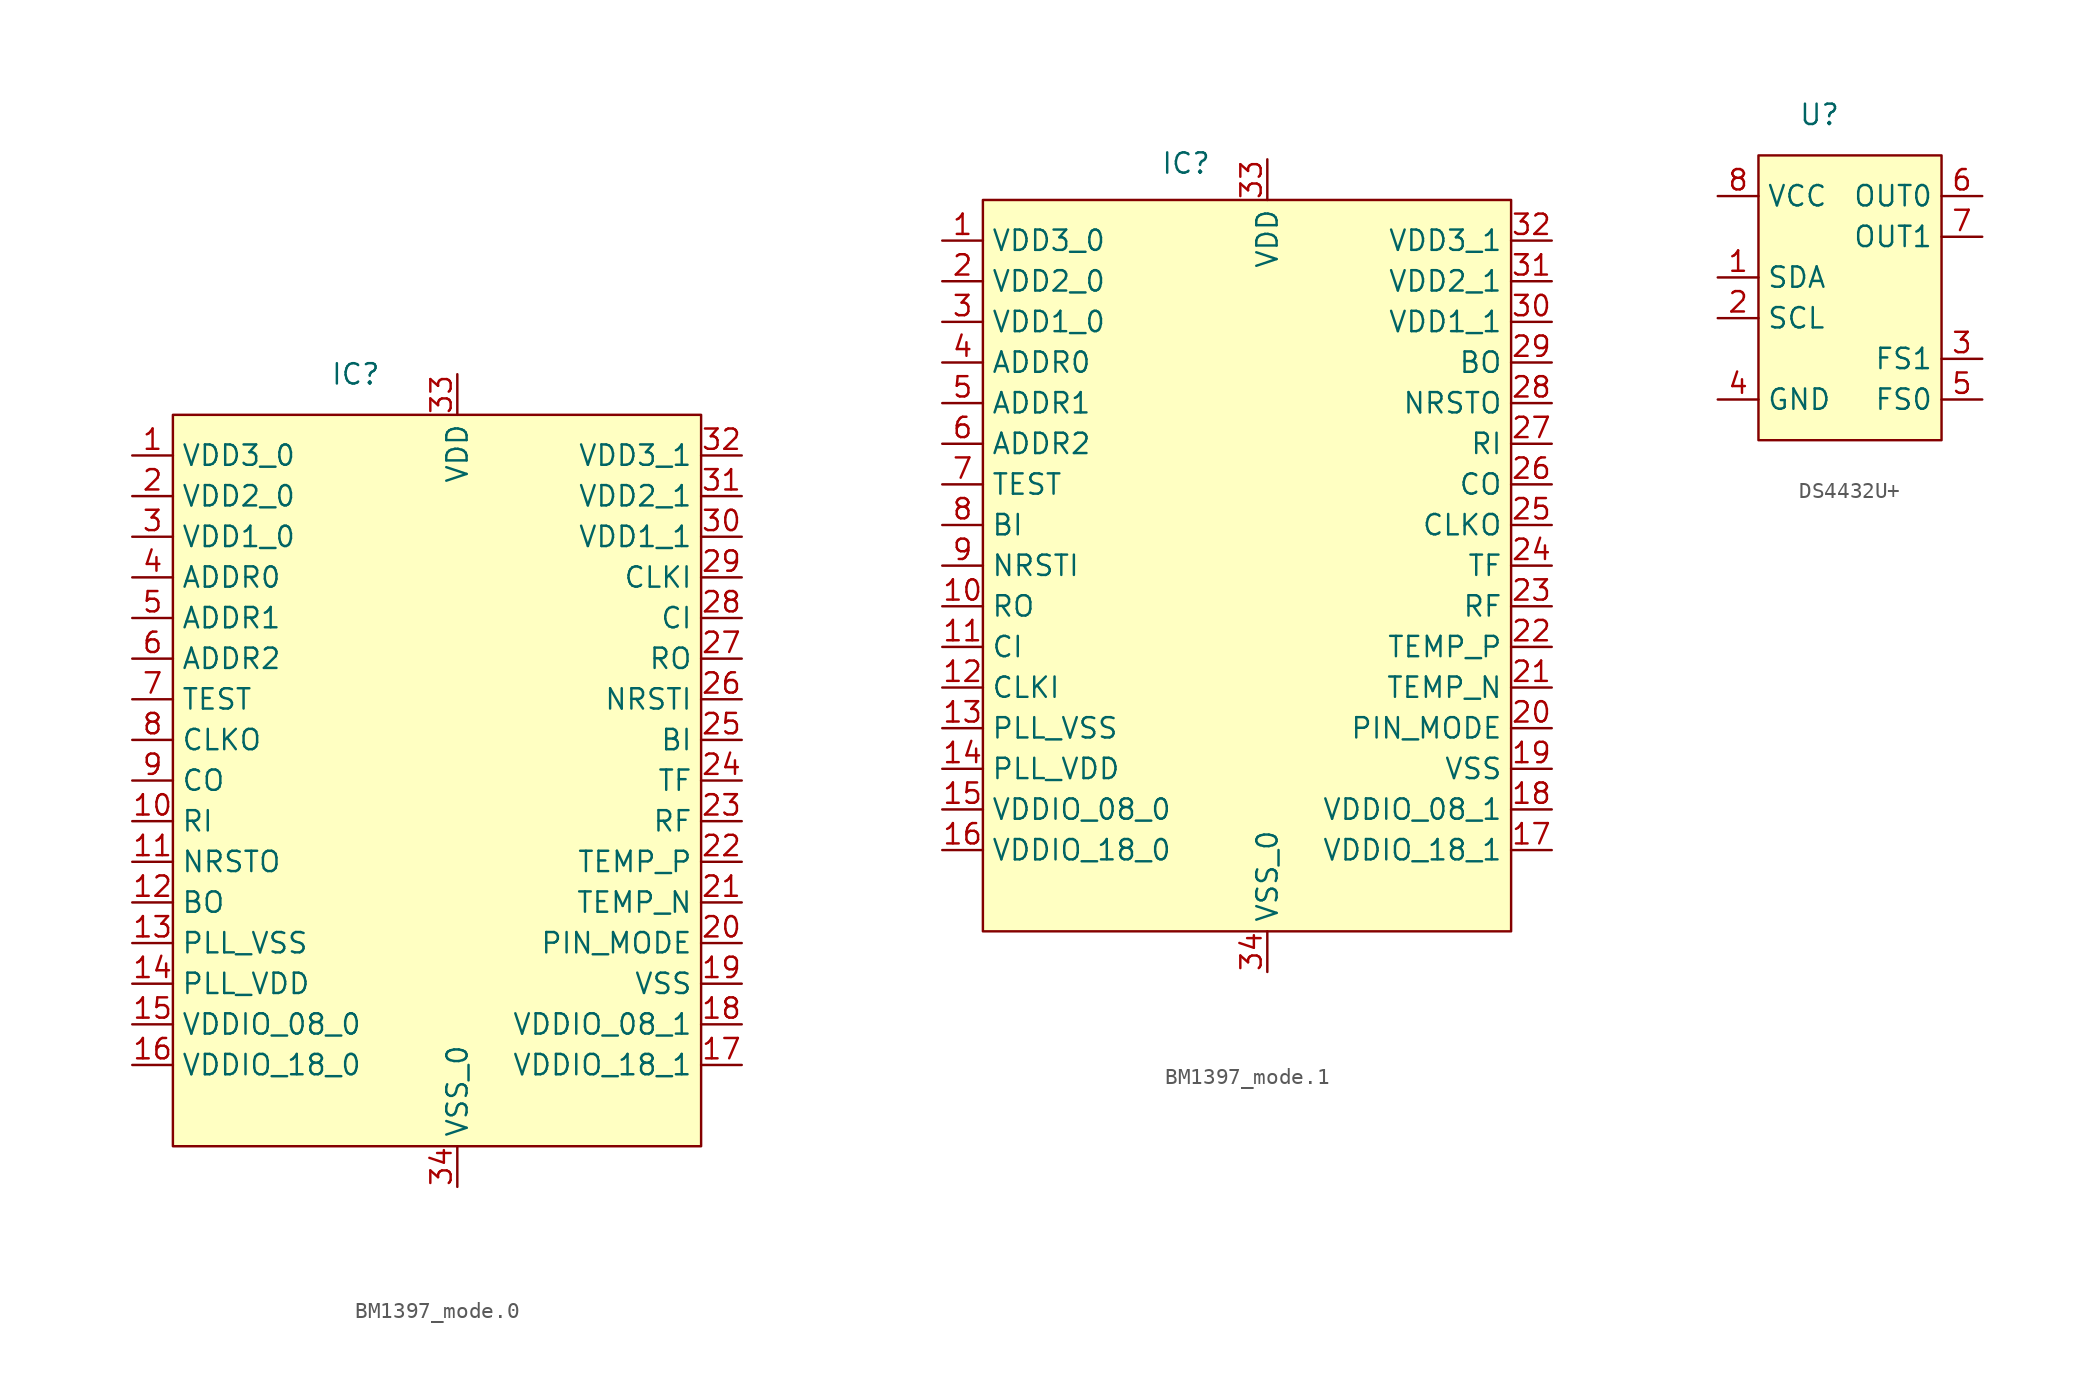
<source format=kicad_sym>
(kicad_symbol_lib
  (version 20220914)
  (generator kicad_symbol_editor)
  (symbol "BM1397_mode.0"
    (property "Reference" "IC"
      (at -6.35 25.4 0)
      (effects (font (size 1.27 1.27))))
    (property "Value" ""
      (at -12.192 38.1 0)
      (effects (font (size 1.27 1.27))))
    (symbol "BM1397_mode.0_1_0"
      (pin bidirectional line (at -20.32 20.32 0) (length 2.54) (name "VDD3_0" (effects (font (size 1.27 1.27)))) (number "1" (effects (font (size 1.27 1.27)))))
      (pin bidirectional line (at -20.32 -2.54 0) (length 2.54) (name "RI" (effects (font (size 1.27 1.27)))) (number "10" (effects (font (size 1.27 1.27)))))
      (pin bidirectional line (at -20.32 -5.08 0) (length 2.54) (name "NRSTO" (effects (font (size 1.27 1.27)))) (number "11" (effects (font (size 1.27 1.27)))))
      (pin bidirectional line (at -20.32 -7.62 0) (length 2.54) (name "BO" (effects (font (size 1.27 1.27)))) (number "12" (effects (font (size 1.27 1.27)))))
      (pin bidirectional line (at -20.32 -10.16 0) (length 2.54) (name "PLL_VSS" (effects (font (size 1.27 1.27)))) (number "13" (effects (font (size 1.27 1.27)))))
      (pin bidirectional line (at -20.32 -12.7 0) (length 2.54) (name "PLL_VDD" (effects (font (size 1.27 1.27)))) (number "14" (effects (font (size 1.27 1.27)))))
      (pin bidirectional line (at -20.32 -15.24 0) (length 2.54) (name "VDDIO_08_0" (effects (font (size 1.27 1.27)))) (number "15" (effects (font (size 1.27 1.27)))))
      (pin bidirectional line (at -20.32 -17.78 0) (length 2.54) (name "VDDIO_18_0" (effects (font (size 1.27 1.27)))) (number "16" (effects (font (size 1.27 1.27)))))
      (pin bidirectional line (at 17.78 -17.78 180) (length 2.54) (name "VDDIO_18_1" (effects (font (size 1.27 1.27)))) (number "17" (effects (font (size 1.27 1.27)))))
      (pin bidirectional line (at 17.78 -15.24 180) (length 2.54) (name "VDDIO_08_1" (effects (font (size 1.27 1.27)))) (number "18" (effects (font (size 1.27 1.27)))))
      (pin bidirectional line (at 17.78 -12.7 180) (length 2.54) (name "VSS" (effects (font (size 1.27 1.27)))) (number "19" (effects (font (size 1.27 1.27)))))
      (pin bidirectional line (at -20.32 17.78 0) (length 2.54) (name "VDD2_0" (effects (font (size 1.27 1.27)))) (number "2" (effects (font (size 1.27 1.27)))))
      (pin bidirectional line (at 17.78 -10.16 180) (length 2.54) (name "PIN_MODE" (effects (font (size 1.27 1.27)))) (number "20" (effects (font (size 1.27 1.27)))))
      (pin bidirectional line (at 17.78 -7.62 180) (length 2.54) (name "TEMP_N" (effects (font (size 1.27 1.27)))) (number "21" (effects (font (size 1.27 1.27)))))
      (pin bidirectional line (at 17.78 -5.08 180) (length 2.54) (name "TEMP_P" (effects (font (size 1.27 1.27)))) (number "22" (effects (font (size 1.27 1.27)))))
      (pin bidirectional line (at 17.78 -2.54 180) (length 2.54) (name "RF" (effects (font (size 1.27 1.27)))) (number "23" (effects (font (size 1.27 1.27)))))
      (pin bidirectional line (at 17.78 0 180) (length 2.54) (name "TF" (effects (font (size 1.27 1.27)))) (number "24" (effects (font (size 1.27 1.27)))))
      (pin bidirectional line (at 17.78 2.54 180) (length 2.54) (name "BI" (effects (font (size 1.27 1.27)))) (number "25" (effects (font (size 1.27 1.27)))))
      (pin bidirectional line (at 17.78 5.08 180) (length 2.54) (name "NRSTI" (effects (font (size 1.27 1.27)))) (number "26" (effects (font (size 1.27 1.27)))))
      (pin bidirectional line (at 17.78 7.62 180) (length 2.54) (name "RO" (effects (font (size 1.27 1.27)))) (number "27" (effects (font (size 1.27 1.27)))))
      (pin bidirectional line (at 17.78 10.16 180) (length 2.54) (name "CI" (effects (font (size 1.27 1.27)))) (number "28" (effects (font (size 1.27 1.27)))))
      (pin bidirectional line (at 17.78 12.7 180) (length 2.54) (name "CLKI" (effects (font (size 1.27 1.27)))) (number "29" (effects (font (size 1.27 1.27)))))
      (pin bidirectional line (at -20.32 15.24 0) (length 2.54) (name "VDD1_0" (effects (font (size 1.27 1.27)))) (number "3" (effects (font (size 1.27 1.27)))))
      (pin bidirectional line (at 17.78 15.24 180) (length 2.54) (name "VDD1_1" (effects (font (size 1.27 1.27)))) (number "30" (effects (font (size 1.27 1.27)))))
      (pin bidirectional line (at 17.78 17.78 180) (length 2.54) (name "VDD2_1" (effects (font (size 1.27 1.27)))) (number "31" (effects (font (size 1.27 1.27)))))
      (pin bidirectional line (at 17.78 20.32 180) (length 2.54) (name "VDD3_1" (effects (font (size 1.27 1.27)))) (number "32" (effects (font (size 1.27 1.27)))))
      (pin bidirectional line (at 0 25.4 270) (length 2.54) (name "VDD" (effects (font (size 1.27 1.27)))) (number "33" (effects (font (size 1.27 1.27)))))
      (pin bidirectional line (at 0 -25.4 90) (length 2.54) (name "VSS_0" (effects (font (size 1.27 1.27)))) (number "34" (effects (font (size 1.27 1.27)))))
      (pin bidirectional line (at -20.32 12.7 0) (length 2.54) (name "ADDR0" (effects (font (size 1.27 1.27)))) (number "4" (effects (font (size 1.27 1.27)))))
      (pin bidirectional line (at -20.32 10.16 0) (length 2.54) (name "ADDR1" (effects (font (size 1.27 1.27)))) (number "5" (effects (font (size 1.27 1.27)))))
      (pin bidirectional line (at -20.32 7.62 0) (length 2.54) (name "ADDR2" (effects (font (size 1.27 1.27)))) (number "6" (effects (font (size 1.27 1.27)))))
      (pin bidirectional line (at -20.32 5.08 0) (length 2.54) (name "TEST" (effects (font (size 1.27 1.27)))) (number "7" (effects (font (size 1.27 1.27)))))
      (pin bidirectional line (at -20.32 2.54 0) (length 2.54) (name "CLKO" (effects (font (size 1.27 1.27)))) (number "8" (effects (font (size 1.27 1.27)))))
      (pin bidirectional line (at -20.32 0 0) (length 2.54) (name "CO" (effects (font (size 1.27 1.27)))) (number "9" (effects (font (size 1.27 1.27))))))
    (symbol "BM1397_mode.0_1_1"
      (rectangle (start -17.78 22.86) (end 15.24 -22.86) (stroke (width 0.152) (type default)) (fill (type background)))))
  (symbol "BM1397_mode.1"
    (property "Reference" "IC"
      (at -5.08 25.146 0)
      (effects (font (size 1.27 1.27))))
    (property "Value" ""
      (at -0.254 0 0)
      (effects (font (size 1.27 1.27))))
    (symbol "BM1397_mode.1_1_0"
      (pin bidirectional line (at -20.32 20.32 0) (length 2.54) (name "VDD3_0" (effects (font (size 1.27 1.27)))) (number "1" (effects (font (size 1.27 1.27)))))
      (pin bidirectional line (at -20.32 -2.54 0) (length 2.54) (name "RO" (effects (font (size 1.27 1.27)))) (number "10" (effects (font (size 1.27 1.27)))))
      (pin bidirectional line (at -20.32 -5.08 0) (length 2.54) (name "CI" (effects (font (size 1.27 1.27)))) (number "11" (effects (font (size 1.27 1.27)))))
      (pin bidirectional line (at -20.32 -7.62 0) (length 2.54) (name "CLKI" (effects (font (size 1.27 1.27)))) (number "12" (effects (font (size 1.27 1.27)))))
      (pin bidirectional line (at -20.32 -10.16 0) (length 2.54) (name "PLL_VSS" (effects (font (size 1.27 1.27)))) (number "13" (effects (font (size 1.27 1.27)))))
      (pin bidirectional line (at -20.32 -12.7 0) (length 2.54) (name "PLL_VDD" (effects (font (size 1.27 1.27)))) (number "14" (effects (font (size 1.27 1.27)))))
      (pin bidirectional line (at -20.32 -15.24 0) (length 2.54) (name "VDDIO_08_0" (effects (font (size 1.27 1.27)))) (number "15" (effects (font (size 1.27 1.27)))))
      (pin bidirectional line (at -20.32 -17.78 0) (length 2.54) (name "VDDIO_18_0" (effects (font (size 1.27 1.27)))) (number "16" (effects (font (size 1.27 1.27)))))
      (pin bidirectional line (at 17.78 -17.78 180) (length 2.54) (name "VDDIO_18_1" (effects (font (size 1.27 1.27)))) (number "17" (effects (font (size 1.27 1.27)))))
      (pin bidirectional line (at 17.78 -15.24 180) (length 2.54) (name "VDDIO_08_1" (effects (font (size 1.27 1.27)))) (number "18" (effects (font (size 1.27 1.27)))))
      (pin bidirectional line (at 17.78 -12.7 180) (length 2.54) (name "VSS" (effects (font (size 1.27 1.27)))) (number "19" (effects (font (size 1.27 1.27)))))
      (pin bidirectional line (at -20.32 17.78 0) (length 2.54) (name "VDD2_0" (effects (font (size 1.27 1.27)))) (number "2" (effects (font (size 1.27 1.27)))))
      (pin bidirectional line (at 17.78 -10.16 180) (length 2.54) (name "PIN_MODE" (effects (font (size 1.27 1.27)))) (number "20" (effects (font (size 1.27 1.27)))))
      (pin bidirectional line (at 17.78 -7.62 180) (length 2.54) (name "TEMP_N" (effects (font (size 1.27 1.27)))) (number "21" (effects (font (size 1.27 1.27)))))
      (pin bidirectional line (at 17.78 -5.08 180) (length 2.54) (name "TEMP_P" (effects (font (size 1.27 1.27)))) (number "22" (effects (font (size 1.27 1.27)))))
      (pin bidirectional line (at 17.78 -2.54 180) (length 2.54) (name "RF" (effects (font (size 1.27 1.27)))) (number "23" (effects (font (size 1.27 1.27)))))
      (pin bidirectional line (at 17.78 0 180) (length 2.54) (name "TF" (effects (font (size 1.27 1.27)))) (number "24" (effects (font (size 1.27 1.27)))))
      (pin bidirectional line (at 17.78 2.54 180) (length 2.54) (name "CLKO" (effects (font (size 1.27 1.27)))) (number "25" (effects (font (size 1.27 1.27)))))
      (pin bidirectional line (at 17.78 5.08 180) (length 2.54) (name "CO" (effects (font (size 1.27 1.27)))) (number "26" (effects (font (size 1.27 1.27)))))
      (pin bidirectional line (at 17.78 7.62 180) (length 2.54) (name "RI" (effects (font (size 1.27 1.27)))) (number "27" (effects (font (size 1.27 1.27)))))
      (pin bidirectional line (at 17.78 10.16 180) (length 2.54) (name "NRSTO" (effects (font (size 1.27 1.27)))) (number "28" (effects (font (size 1.27 1.27)))))
      (pin bidirectional line (at 17.78 12.7 180) (length 2.54) (name "BO" (effects (font (size 1.27 1.27)))) (number "29" (effects (font (size 1.27 1.27)))))
      (pin bidirectional line (at -20.32 15.24 0) (length 2.54) (name "VDD1_0" (effects (font (size 1.27 1.27)))) (number "3" (effects (font (size 1.27 1.27)))))
      (pin bidirectional line (at 17.78 15.24 180) (length 2.54) (name "VDD1_1" (effects (font (size 1.27 1.27)))) (number "30" (effects (font (size 1.27 1.27)))))
      (pin bidirectional line (at 17.78 17.78 180) (length 2.54) (name "VDD2_1" (effects (font (size 1.27 1.27)))) (number "31" (effects (font (size 1.27 1.27)))))
      (pin bidirectional line (at 17.78 20.32 180) (length 2.54) (name "VDD3_1" (effects (font (size 1.27 1.27)))) (number "32" (effects (font (size 1.27 1.27)))))
      (pin bidirectional line (at 0 25.4 270) (length 2.54) (name "VDD" (effects (font (size 1.27 1.27)))) (number "33" (effects (font (size 1.27 1.27)))))
      (pin bidirectional line (at 0 -25.4 90) (length 2.54) (name "VSS_0" (effects (font (size 1.27 1.27)))) (number "34" (effects (font (size 1.27 1.27)))))
      (pin bidirectional line (at -20.32 12.7 0) (length 2.54) (name "ADDR0" (effects (font (size 1.27 1.27)))) (number "4" (effects (font (size 1.27 1.27)))))
      (pin bidirectional line (at -20.32 10.16 0) (length 2.54) (name "ADDR1" (effects (font (size 1.27 1.27)))) (number "5" (effects (font (size 1.27 1.27)))))
      (pin bidirectional line (at -20.32 7.62 0) (length 2.54) (name "ADDR2" (effects (font (size 1.27 1.27)))) (number "6" (effects (font (size 1.27 1.27)))))
      (pin bidirectional line (at -20.32 5.08 0) (length 2.54) (name "TEST" (effects (font (size 1.27 1.27)))) (number "7" (effects (font (size 1.27 1.27)))))
      (pin bidirectional line (at -20.32 2.54 0) (length 2.54) (name "BI" (effects (font (size 1.27 1.27)))) (number "8" (effects (font (size 1.27 1.27)))))
      (pin bidirectional line (at -20.32 0 0) (length 2.54) (name "NRSTI" (effects (font (size 1.27 1.27)))) (number "9" (effects (font (size 1.27 1.27))))))
    (symbol "BM1397_mode.1_1_1"
      (rectangle (start -17.78 22.86) (end 15.24 -22.86) (stroke (width 0.152) (type default)) (fill (type background)))))
  (symbol "DS4432U+"
    (property "Reference" "U"
      (at -2.54 11.43 0)
      (effects (font (size 1.27 1.27))))
    (property "Value" ""
      (at 0 5.08 0)
      (effects (font (size 1.27 1.27))))
    (symbol "DS4432U+_0_1"
      (rectangle (start -6.35 8.89) (end 5.08 -8.89) (stroke (width 0.152) (type default)) (fill (type background))))
    (symbol "DS4432U+_1_1"
      (pin input line (at -8.89 1.27 0) (length 2.54) (name "SDA" (effects (font (size 1.27 1.27)))) (number "1" (effects (font (size 1.27 1.27)))))
      (pin input line (at -8.89 -1.27 0) (length 2.54) (name "SCL" (effects (font (size 1.27 1.27)))) (number "2" (effects (font (size 1.27 1.27)))))
      (pin input line (at 7.62 -3.81 180) (length 2.54) (name "FS1" (effects (font (size 1.27 1.27)))) (number "3" (effects (font (size 1.27 1.27)))))
      (pin power_in line (at -8.89 -6.35 0) (length 2.54) (name "GND" (effects (font (size 1.27 1.27)))) (number "4" (effects (font (size 1.27 1.27)))))
      (pin input line (at 7.62 -6.35 180) (length 2.54) (name "FS0" (effects (font (size 1.27 1.27)))) (number "5" (effects (font (size 1.27 1.27)))))
      (pin output line (at 7.62 6.35 180) (length 2.54) (name "OUT0" (effects (font (size 1.27 1.27)))) (number "6" (effects (font (size 1.27 1.27)))))
      (pin output line (at 7.62 3.81 180) (length 2.54) (name "OUT1" (effects (font (size 1.27 1.27)))) (number "7" (effects (font (size 1.27 1.27)))))
      (pin power_in line (at -8.89 6.35 0) (length 2.54) (name "VCC" (effects (font (size 1.27 1.27)))) (number "8" (effects (font (size 1.27 1.27))))))))
</source>
